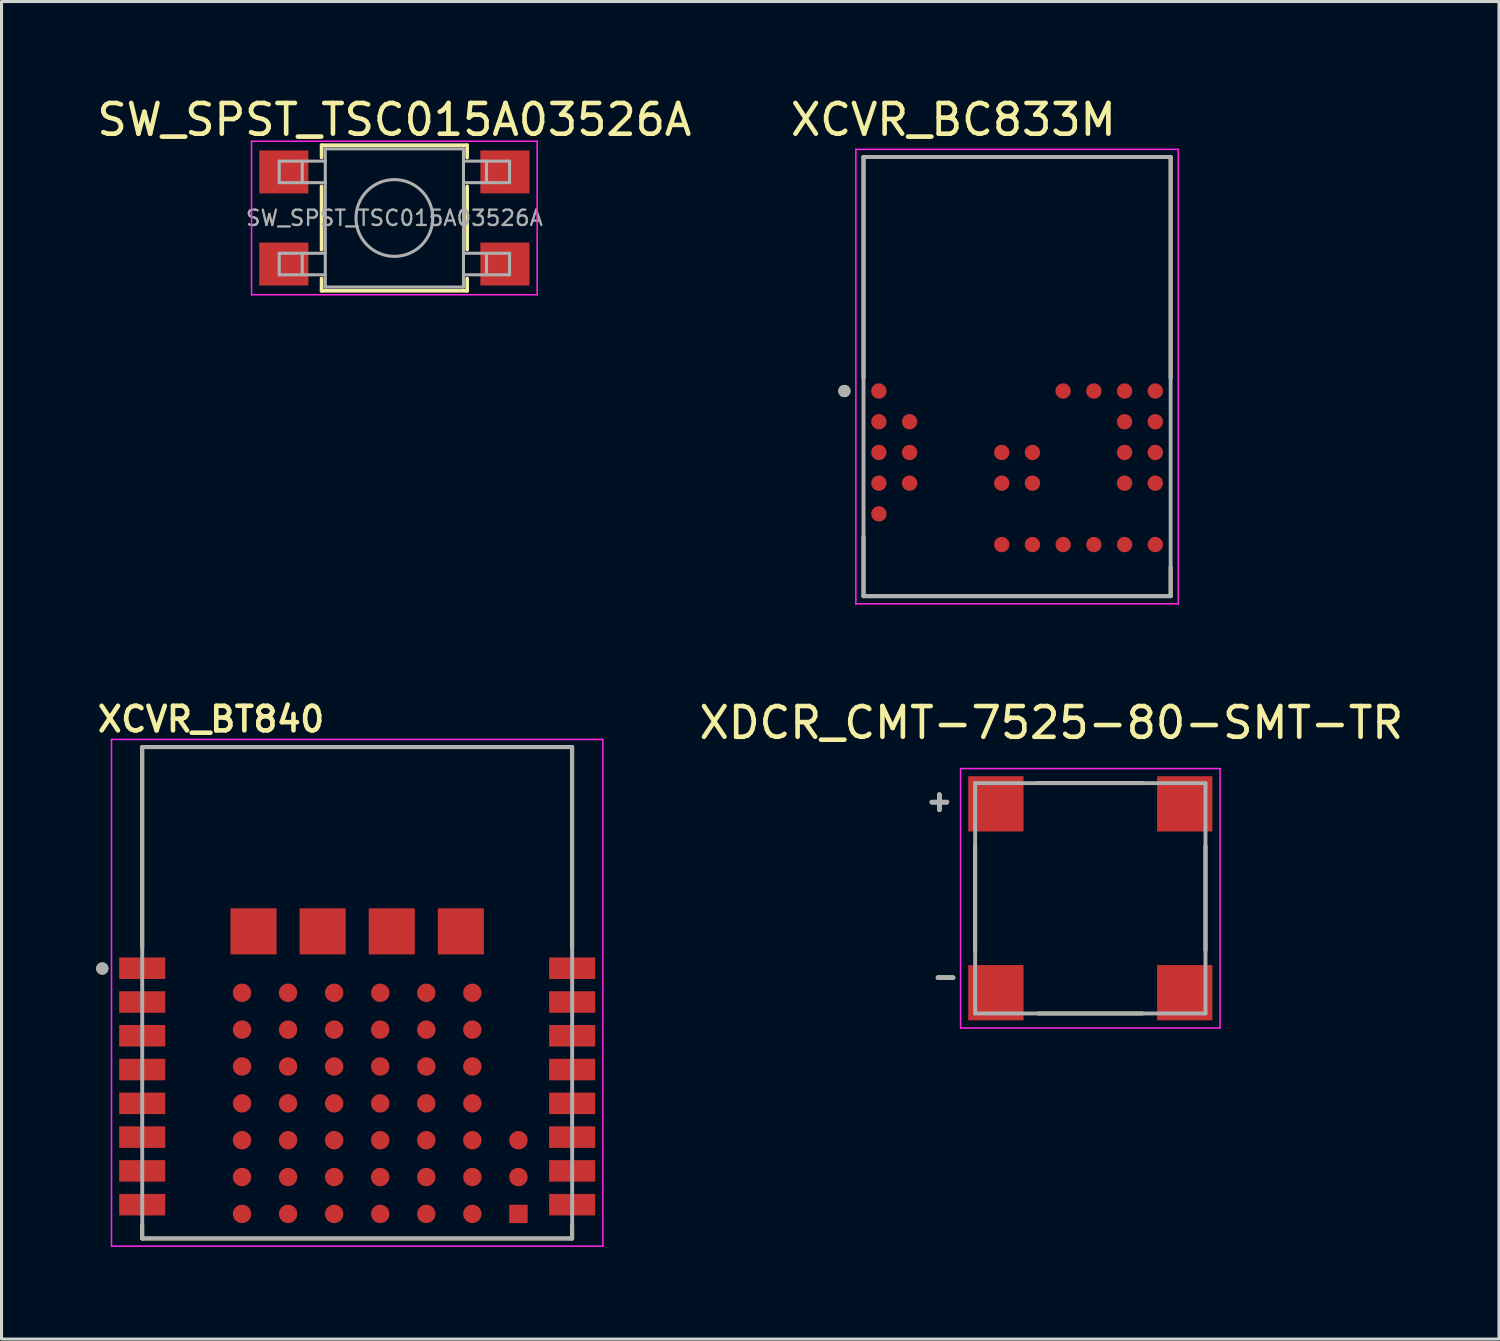
<source format=kicad_pcb>
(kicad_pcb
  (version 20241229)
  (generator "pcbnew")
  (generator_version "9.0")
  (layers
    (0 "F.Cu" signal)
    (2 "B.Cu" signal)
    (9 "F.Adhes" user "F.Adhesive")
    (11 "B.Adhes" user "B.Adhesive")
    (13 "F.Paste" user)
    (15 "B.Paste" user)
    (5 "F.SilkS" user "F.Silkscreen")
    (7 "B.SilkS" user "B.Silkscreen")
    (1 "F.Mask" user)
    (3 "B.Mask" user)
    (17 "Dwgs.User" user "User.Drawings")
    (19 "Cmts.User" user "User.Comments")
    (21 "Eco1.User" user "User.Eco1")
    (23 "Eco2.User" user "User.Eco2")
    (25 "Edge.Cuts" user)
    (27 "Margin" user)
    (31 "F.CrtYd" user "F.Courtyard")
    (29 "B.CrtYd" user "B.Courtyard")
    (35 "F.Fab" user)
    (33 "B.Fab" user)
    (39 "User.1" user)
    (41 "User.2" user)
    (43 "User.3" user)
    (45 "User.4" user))
  (footprint "XCVR_BC833M"
    (layer "F.Cu")
    (at 30.069 14.483)
    (property "Reference" "XCVR_BC833M" (at -2.075 -13.635 0) (layer "F.SilkS") (effects (font (size 1 1) (thickness 0.15))))
    (attr smd)
    (fp_line (start -5 -12.42) (end 5 -12.42) (stroke (width 0.127) (type solid)) (layer "F.SilkS"))
    (fp_line (start -5 -5.224) (end -5 -12.42) (stroke (width 0.127) (type solid)) (layer "F.SilkS"))
    (fp_line (start -5 1.88) (end -5 -0.063) (stroke (width 0.127) (type solid)) (layer "F.SilkS"))
    (fp_line (start -5 1.88) (end 5 1.88) (stroke (width 0.127) (type solid)) (layer "F.SilkS"))
    (fp_line (start 5 -5.224) (end 5 -12.42) (stroke (width 0.127) (type solid)) (layer "F.SilkS"))
    (fp_line (start 5 1.88) (end 5 0.928) (stroke (width 0.127) (type solid)) (layer "F.SilkS"))
    (fp_circle (center -5.623 -4.8) (end -5.523 -4.8) (stroke (width 0.2) (type solid)) (fill no) (layer "F.SilkS"))
    (fp_line (start -5.25 -12.67) (end -5.25 2.13) (stroke (width 0.05) (type solid)) (layer "F.CrtYd"))
    (fp_line (start -5.25 2.13) (end 5.25 2.13) (stroke (width 0.05) (type solid)) (layer "F.CrtYd"))
    (fp_line (start 5.25 -12.67) (end -5.25 -12.67) (stroke (width 0.05) (type solid)) (layer "F.CrtYd"))
    (fp_line (start 5.25 2.13) (end 5.25 -12.67) (stroke (width 0.05) (type solid)) (layer "F.CrtYd"))
    (fp_line (start -5 -12.42) (end 5 -12.42) (stroke (width 0.127) (type solid)) (layer "F.Fab"))
    (fp_line (start -5 1.88) (end -5 -12.42) (stroke (width 0.127) (type solid)) (layer "F.Fab"))
    (fp_line (start -5 1.88) (end 5 1.88) (stroke (width 0.127) (type solid)) (layer "F.Fab"))
    (fp_line (start 5 1.88) (end 5 -12.42) (stroke (width 0.127) (type solid)) (layer "F.Fab"))
    (fp_circle (center -5.623 -4.8) (end -5.523 -4.8) (stroke (width 0.2) (type solid)) (fill no) (layer "F.Fab"))
    (pad "01" smd circle (at -4.5 -4.8) (size 0.5 0.5) (layers "F.Cu" "F.Mask" "F.Paste"))
    (pad "02" smd circle (at -4.5 -3.8) (size 0.5 0.5) (layers "F.Cu" "F.Mask" "F.Paste"))
    (pad "03" smd circle (at -4.5 -2.8) (size 0.5 0.5) (layers "F.Cu" "F.Mask" "F.Paste"))
    (pad "04" smd circle (at -4.5 -1.8) (size 0.5 0.5) (layers "F.Cu" "F.Mask" "F.Paste"))
    (pad "05" smd circle (at -4.5 -0.8) (size 0.5 0.5) (layers "F.Cu" "F.Mask" "F.Paste"))
    (pad "06" smd circle (at -3.5 -3.8) (size 0.5 0.5) (layers "F.Cu" "F.Mask" "F.Paste"))
    (pad "07" smd circle (at -3.5 -2.8) (size 0.5 0.5) (layers "F.Cu" "F.Mask" "F.Paste"))
    (pad "08" smd circle (at -3.5 -1.8) (size 0.5 0.5) (layers "F.Cu" "F.Mask" "F.Paste"))
    (pad "09" smd circle (at -0.5 0.2) (size 0.5 0.5) (layers "F.Cu" "F.Mask" "F.Paste"))
    (pad "10" smd circle (at 0.5 0.2) (size 0.5 0.5) (layers "F.Cu" "F.Mask" "F.Paste"))
    (pad "11" smd circle (at 1.5 0.2) (size 0.5 0.5) (layers "F.Cu" "F.Mask" "F.Paste"))
    (pad "12" smd circle (at 2.5 0.2) (size 0.5 0.5) (layers "F.Cu" "F.Mask" "F.Paste"))
    (pad "13" smd circle (at 3.5 0.2) (size 0.5 0.5) (layers "F.Cu" "F.Mask" "F.Paste"))
    (pad "14" smd circle (at 4.5 0.2) (size 0.5 0.5) (layers "F.Cu" "F.Mask" "F.Paste"))
    (pad "15" smd circle (at 4.5 -1.8) (size 0.5 0.5) (layers "F.Cu" "F.Mask" "F.Paste"))
    (pad "16" smd circle (at 4.5 -2.8) (size 0.5 0.5) (layers "F.Cu" "F.Mask" "F.Paste"))
    (pad "17" smd circle (at 4.5 -3.8) (size 0.5 0.5) (layers "F.Cu" "F.Mask" "F.Paste"))
    (pad "18" smd circle (at 4.5 -4.8) (size 0.5 0.5) (layers "F.Cu" "F.Mask" "F.Paste"))
    (pad "19" smd circle (at 3.5 -1.8) (size 0.5 0.5) (layers "F.Cu" "F.Mask" "F.Paste"))
    (pad "20" smd circle (at 3.5 -2.8) (size 0.5 0.5) (layers "F.Cu" "F.Mask" "F.Paste"))
    (pad "21" smd circle (at 3.5 -3.8) (size 0.5 0.5) (layers "F.Cu" "F.Mask" "F.Paste"))
    (pad "22" smd circle (at 3.5 -4.8) (size 0.5 0.5) (layers "F.Cu" "F.Mask" "F.Paste"))
    (pad "23" smd circle (at 2.5 -4.8) (size 0.5 0.5) (layers "F.Cu" "F.Mask" "F.Paste"))
    (pad "24" smd circle (at 1.5 -4.8) (size 0.5 0.5) (layers "F.Cu" "F.Mask" "F.Paste"))
    (pad "25" smd circle (at 0.5 -2.8) (size 0.5 0.5) (layers "F.Cu" "F.Mask" "F.Paste"))
    (pad "26" smd circle (at 0.5 -1.8) (size 0.5 0.5) (layers "F.Cu" "F.Mask" "F.Paste"))
    (pad "27" smd circle (at -0.5 -2.8) (size 0.5 0.5) (layers "F.Cu" "F.Mask" "F.Paste"))
    (pad "28" smd circle (at -0.5 -1.8) (size 0.5 0.5) (layers "F.Cu" "F.Mask" "F.Paste"))
    (zone (net_name "") (layer "F.Cu") (hatch full 0.508) (connect_pads) (min_thickness 0.01) (filled_areas_thickness no) (keepout (tracks not_allowed) (vias not_allowed) (pads not_allowed) (copperpour not_allowed) (footprints allowed)) (placement (enabled no)) (fill) (polygon (pts (xy 25.069 2.063) (xy 35.069 2.063) (xy 35.069 6.463) (xy 25.069 6.463))))
    (zone (net_name "") (layers "F.Cu" "B.Cu") (hatch full 0.508) (connect_pads) (min_thickness 0.01) (filled_areas_thickness no) (keepout (tracks allowed) (vias not_allowed) (pads allowed) (copperpour allowed) (footprints allowed)) (placement (enabled no)) (fill) (polygon (pts (xy 25.069 2.063) (xy 35.069 2.063) (xy 35.069 6.463) (xy 25.069 6.463))))
    (zone (net_name "") (layer "B.Cu") (hatch full 0.508) (connect_pads) (min_thickness 0.01) (filled_areas_thickness no) (keepout (tracks not_allowed) (vias not_allowed) (pads not_allowed) (copperpour not_allowed) (footprints allowed)) (placement (enabled no)) (fill) (polygon (pts (xy 25.069 2.063) (xy 35.069 2.063) (xy 35.069 6.463) (xy 25.069 6.463)))))
  (footprint "XDCR_CMT-7525-80-SMT-TR"
    (layer "F.Cu")
    (at 32.454 26.201)
    (property "Reference" "XDCR_CMT-7525-80-SMT-TR" (at -1.27 -5.715 0) (layer "F.SilkS") (effects (font (size 1 1) (thickness 0.15))))
    (attr smd)
    (fp_line (start -3.75 -1.7) (end -3.75 1.7) (stroke (width 0.127) (type solid)) (layer "F.SilkS"))
    (fp_line (start -1.7 3.75) (end 1.7 3.75) (stroke (width 0.127) (type solid)) (layer "F.SilkS"))
    (fp_line (start 1.7 -3.75) (end -1.7 -3.75) (stroke (width 0.127) (type solid)) (layer "F.SilkS"))
    (fp_line (start 3.75 1.7) (end 3.75 -1.7) (stroke (width 0.127) (type solid)) (layer "F.SilkS"))
    (fp_line (start -4.225 -4.225) (end 4.225 -4.225) (stroke (width 0.05) (type solid)) (layer "F.CrtYd"))
    (fp_line (start -4.225 4.225) (end -4.225 -4.225) (stroke (width 0.05) (type solid)) (layer "F.CrtYd"))
    (fp_line (start 4.225 -4.225) (end 4.225 4.225) (stroke (width 0.05) (type solid)) (layer "F.CrtYd"))
    (fp_line (start 4.225 4.225) (end -4.225 4.225) (stroke (width 0.05) (type solid)) (layer "F.CrtYd"))
    (fp_line (start -3.75 -3.75) (end -3.75 3.75) (stroke (width 0.127) (type solid)) (layer "F.Fab"))
    (fp_line (start -3.75 3.75) (end 3.75 3.75) (stroke (width 0.127) (type solid)) (layer "F.Fab"))
    (fp_line (start 3.75 -3.75) (end -3.75 -3.75) (stroke (width 0.127) (type solid)) (layer "F.Fab"))
    (fp_line (start 3.75 3.75) (end 3.75 -3.75) (stroke (width 0.127) (type solid)) (layer "F.Fab"))
    (fp_text user "+" (at -4.915 -3.175 0) (layer "F.SilkS") (effects (font (size 0.64 0.64) (thickness 0.15))))
    (fp_text user "-" (at -4.715 2.54 0) (layer "F.SilkS") (effects (font (size 0.64 0.64) (thickness 0.15))))
    (fp_text user "-" (at -4.715 2.54 0) (layer "F.Fab") (effects (font (size 0.64 0.64) (thickness 0.15))))
    (fp_text user "+" (at -4.915 -3.175 0) (layer "F.Fab") (effects (font (size 0.64 0.64) (thickness 0.15))))
    (pad "" smd rect (at 3.075 -3.075) (size 1.8 1.8) (layers "F.Cu" "F.Mask" "F.Paste"))
    (pad "" smd rect (at 3.075 3.075) (size 1.8 1.8) (layers "F.Cu" "F.Mask" "F.Paste"))
    (pad "1" smd rect (at -3.075 -3.075) (size 1.8 1.8) (layers "F.Cu" "F.Mask" "F.Paste"))
    (pad "2" smd rect (at -3.075 3.075) (size 1.8 1.8) (layers "F.Cu" "F.Mask" "F.Paste")))
  (footprint "XCVR_BT840"
    (layer "F.Cu")
    (at 8.581 29.278)
    (property "Reference" "XCVR_BT840" (at -4.76 -8.908 0) (layer "F.SilkS") (effects (font (size 0.8 0.8) (thickness 0.15))))
    (attr smd)
    (fp_line (start -7 -8) (end 7 -8) (stroke (width 0.127) (type solid)) (layer "F.SilkS"))
    (fp_line (start -7 -1.47) (end -7 -8) (stroke (width 0.127) (type solid)) (layer "F.SilkS"))
    (fp_line (start -7 8) (end -7 7.57) (stroke (width 0.127) (type solid)) (layer "F.SilkS"))
    (fp_line (start 7 -8) (end 7 -1.47) (stroke (width 0.127) (type solid)) (layer "F.SilkS"))
    (fp_line (start 7 8) (end -7 8) (stroke (width 0.127) (type solid)) (layer "F.SilkS"))
    (fp_line (start 7 8) (end 7 7.57) (stroke (width 0.127) (type solid)) (layer "F.SilkS"))
    (fp_circle (center -8.3 -0.79) (end -8.2 -0.79) (stroke (width 0.2) (type solid)) (fill no) (layer "F.SilkS"))
    (fp_line (start -8 -8.25) (end -8 8.25) (stroke (width 0.05) (type solid)) (layer "F.CrtYd"))
    (fp_line (start -8 8.25) (end 8 8.25) (stroke (width 0.05) (type solid)) (layer "F.CrtYd"))
    (fp_line (start 8 -8.25) (end -8 -8.25) (stroke (width 0.05) (type solid)) (layer "F.CrtYd"))
    (fp_line (start 8 8.25) (end 8 -8.25) (stroke (width 0.05) (type solid)) (layer "F.CrtYd"))
    (fp_line (start -7 -8) (end 7 -8) (stroke (width 0.127) (type solid)) (layer "F.Fab"))
    (fp_line (start -7 8) (end -7 -8) (stroke (width 0.127) (type solid)) (layer "F.Fab"))
    (fp_line (start 7 -8) (end 7 8) (stroke (width 0.127) (type solid)) (layer "F.Fab"))
    (fp_line (start 7 8) (end -7 8) (stroke (width 0.127) (type solid)) (layer "F.Fab"))
    (fp_circle (center -8.3 -0.79) (end -8.2 -0.79) (stroke (width 0.2) (type solid)) (fill no) (layer "F.Fab"))
    (pad "1" smd rect (at -7 -0.8) (size 1.5 0.7) (layers "F.Cu" "F.Mask" "F.Paste"))
    (pad "2" smd rect (at -7 0.3) (size 1.5 0.7) (layers "F.Cu" "F.Mask" "F.Paste"))
    (pad "3" smd rect (at -7 1.4) (size 1.5 0.7) (layers "F.Cu" "F.Mask" "F.Paste"))
    (pad "4" smd rect (at -7 2.5) (size 1.5 0.7) (layers "F.Cu" "F.Mask" "F.Paste"))
    (pad "5" smd rect (at -7 3.6) (size 1.5 0.7) (layers "F.Cu" "F.Mask" "F.Paste"))
    (pad "6" smd rect (at -7 4.7) (size 1.5 0.7) (layers "F.Cu" "F.Mask" "F.Paste"))
    (pad "7" smd rect (at -7 5.8) (size 1.5 0.7) (layers "F.Cu" "F.Mask" "F.Paste"))
    (pad "8" smd rect (at -7 6.9) (size 1.5 0.7) (layers "F.Cu" "F.Mask" "F.Paste"))
    (pad "9" smd rect (at 7 6.9) (size 1.5 0.7) (layers "F.Cu" "F.Mask" "F.Paste"))
    (pad "10" smd rect (at 7 5.8) (size 1.5 0.7) (layers "F.Cu" "F.Mask" "F.Paste"))
    (pad "11" smd rect (at 7 4.7) (size 1.5 0.7) (layers "F.Cu" "F.Mask" "F.Paste"))
    (pad "12" smd rect (at 7 3.6) (size 1.5 0.7) (layers "F.Cu" "F.Mask" "F.Paste"))
    (pad "13" smd rect (at 7 2.5) (size 1.5 0.7) (layers "F.Cu" "F.Mask" "F.Paste"))
    (pad "14" smd rect (at 7 1.4) (size 1.5 0.7) (layers "F.Cu" "F.Mask" "F.Paste"))
    (pad "15" smd rect (at 7 0.3) (size 1.5 0.7) (layers "F.Cu" "F.Mask" "F.Paste"))
    (pad "16" smd rect (at 7 -0.8) (size 1.5 0.7) (layers "F.Cu" "F.Mask" "F.Paste"))
    (pad "A0" smd circle (at -2.25 0) (size 0.6 0.6) (layers "F.Cu" "F.Mask" "F.Paste"))
    (pad "A1" smd circle (at -2.25 1.2) (size 0.6 0.6) (layers "F.Cu" "F.Mask" "F.Paste"))
    (pad "A2" smd circle (at -2.25 2.4) (size 0.6 0.6) (layers "F.Cu" "F.Mask" "F.Paste"))
    (pad "A3" smd circle (at -2.25 3.6) (size 0.6 0.6) (layers "F.Cu" "F.Mask" "F.Paste"))
    (pad "A4" smd circle (at -2.25 4.8) (size 0.6 0.6) (layers "F.Cu" "F.Mask" "F.Paste"))
    (pad "A5" smd circle (at -2.25 6) (size 0.6 0.6) (layers "F.Cu" "F.Mask" "F.Paste"))
    (pad "A6" smd circle (at -2.25 7.2) (size 0.6 0.6) (layers "F.Cu" "F.Mask" "F.Paste"))
    (pad "B0" smd circle (at -0.75 0) (size 0.6 0.6) (layers "F.Cu" "F.Mask" "F.Paste"))
    (pad "B1" smd circle (at -0.75 1.2) (size 0.6 0.6) (layers "F.Cu" "F.Mask" "F.Paste"))
    (pad "B2" smd circle (at -0.75 2.4) (size 0.6 0.6) (layers "F.Cu" "F.Mask" "F.Paste"))
    (pad "B3" smd circle (at -0.75 3.6) (size 0.6 0.6) (layers "F.Cu" "F.Mask" "F.Paste"))
    (pad "B4" smd circle (at -0.75 4.8) (size 0.6 0.6) (layers "F.Cu" "F.Mask" "F.Paste"))
    (pad "B5" smd circle (at -0.75 6) (size 0.6 0.6) (layers "F.Cu" "F.Mask" "F.Paste"))
    (pad "B6" smd circle (at -0.75 7.2) (size 0.6 0.6) (layers "F.Cu" "F.Mask" "F.Paste"))
    (pad "C0" smd circle (at 0.75 0) (size 0.6 0.6) (layers "F.Cu" "F.Mask" "F.Paste"))
    (pad "C1" smd circle (at 0.75 1.2) (size 0.6 0.6) (layers "F.Cu" "F.Mask" "F.Paste"))
    (pad "C2" smd circle (at 0.75 2.4) (size 0.6 0.6) (layers "F.Cu" "F.Mask" "F.Paste"))
    (pad "C3" smd circle (at 0.75 3.6) (size 0.6 0.6) (layers "F.Cu" "F.Mask" "F.Paste"))
    (pad "C4" smd circle (at 0.75 4.8) (size 0.6 0.6) (layers "F.Cu" "F.Mask" "F.Paste"))
    (pad "C5" smd circle (at 0.75 6) (size 0.6 0.6) (layers "F.Cu" "F.Mask" "F.Paste"))
    (pad "C6" smd circle (at 0.75 7.2) (size 0.6 0.6) (layers "F.Cu" "F.Mask" "F.Paste"))
    (pad "D0" smd circle (at 2.25 0) (size 0.6 0.6) (layers "F.Cu" "F.Mask" "F.Paste"))
    (pad "D1" smd circle (at 2.25 1.2) (size 0.6 0.6) (layers "F.Cu" "F.Mask" "F.Paste"))
    (pad "D2" smd circle (at 2.25 2.4) (size 0.6 0.6) (layers "F.Cu" "F.Mask" "F.Paste"))
    (pad "D3" smd circle (at 2.25 3.6) (size 0.6 0.6) (layers "F.Cu" "F.Mask" "F.Paste"))
    (pad "D4" smd circle (at 2.25 4.8) (size 0.6 0.6) (layers "F.Cu" "F.Mask" "F.Paste"))
    (pad "D5" smd circle (at 2.25 6) (size 0.6 0.6) (layers "F.Cu" "F.Mask" "F.Paste"))
    (pad "D6" smd circle (at 2.25 7.2) (size 0.6 0.6) (layers "F.Cu" "F.Mask" "F.Paste"))
    (pad "E0" smd circle (at 3.75 0) (size 0.6 0.6) (layers "F.Cu" "F.Mask" "F.Paste"))
    (pad "E1" smd circle (at 3.75 1.2) (size 0.6 0.6) (layers "F.Cu" "F.Mask" "F.Paste"))
    (pad "E2" smd circle (at 3.75 2.4) (size 0.6 0.6) (layers "F.Cu" "F.Mask" "F.Paste"))
    (pad "E3" smd circle (at 3.75 3.6) (size 0.6 0.6) (layers "F.Cu" "F.Mask" "F.Paste"))
    (pad "E4" smd circle (at 3.75 4.8) (size 0.6 0.6) (layers "F.Cu" "F.Mask" "F.Paste"))
    (pad "E5" smd circle (at 3.75 6) (size 0.6 0.6) (layers "F.Cu" "F.Mask" "F.Paste"))
    (pad "E6" smd circle (at 3.75 7.2) (size 0.6 0.6) (layers "F.Cu" "F.Mask" "F.Paste"))
    (pad "F0" smd rect (at -3.375 -2) (size 1.5 1.5) (layers "F.Cu" "F.Mask" "F.Paste"))
    (pad "F1" smd rect (at -1.125 -2) (size 1.5 1.5) (layers "F.Cu" "F.Mask" "F.Paste"))
    (pad "F2" smd rect (at 1.125 -2) (size 1.5 1.5) (layers "F.Cu" "F.Mask" "F.Paste"))
    (pad "F3" smd rect (at 3.375 -2) (size 1.5 1.5) (layers "F.Cu" "F.Mask" "F.Paste"))
    (pad "F4" smd circle (at 5.25 4.8) (size 0.6 0.6) (layers "F.Cu" "F.Mask" "F.Paste"))
    (pad "F5" smd circle (at 5.25 6) (size 0.6 0.6) (layers "F.Cu" "F.Mask" "F.Paste"))
    (pad "F6" smd rect (at 5.25 7.2) (size 0.6 0.6) (layers "F.Cu" "F.Mask" "F.Paste"))
    (pad "Z0" smd circle (at -3.75 0) (size 0.6 0.6) (layers "F.Cu" "F.Mask" "F.Paste"))
    (pad "Z1" smd circle (at -3.75 1.2) (size 0.6 0.6) (layers "F.Cu" "F.Mask" "F.Paste"))
    (pad "Z2" smd circle (at -3.75 2.4) (size 0.6 0.6) (layers "F.Cu" "F.Mask" "F.Paste"))
    (pad "Z3" smd circle (at -3.75 3.6) (size 0.6 0.6) (layers "F.Cu" "F.Mask" "F.Paste"))
    (pad "Z4" smd circle (at -3.75 4.8) (size 0.6 0.6) (layers "F.Cu" "F.Mask" "F.Paste"))
    (pad "Z5" smd circle (at -3.75 6) (size 0.6 0.6) (layers "F.Cu" "F.Mask" "F.Paste"))
    (pad "Z6" smd circle (at -3.75 7.2) (size 0.6 0.6) (layers "F.Cu" "F.Mask" "F.Paste"))
    (zone (net_name "") (layer "F.Cu") (hatch full 0.508) (connect_pads) (min_thickness 0.01) (filled_areas_thickness no) (keepout (tracks not_allowed) (vias not_allowed) (pads not_allowed) (copperpour not_allowed) (footprints allowed)) (placement (enabled no)) (fill) (polygon (pts (xy 1.581 21.278) (xy 15.581 21.278) (xy 15.581 26.278) (xy 1.581 26.278))))
    (zone (net_name "") (layers "F.Cu" "B.Cu") (hatch full 0.508) (connect_pads) (min_thickness 0.01) (filled_areas_thickness no) (keepout (tracks allowed) (vias not_allowed) (pads allowed) (copperpour allowed) (footprints allowed)) (placement (enabled no)) (fill) (polygon (pts (xy 1.581 21.278) (xy 15.581 21.278) (xy 15.581 26.278) (xy 1.581 26.278)))))
  (footprint "SW_SPST_TSC015A03526A"
    (layer "F.Cu")
    (at 9.792 4.048)
    (property "Reference" "SW_SPST_TSC015A03526A" (at 0 -3.2 0) (layer "F.SilkS") (effects (font (size 1 1) (thickness 0.15))))
    (attr smd)
    (fp_line (start -2.37 -2.37) (end -2.37 -1.97) (stroke (width 0.12) (type solid)) (layer "F.SilkS"))
    (fp_line (start -2.37 -2.37) (end 2.37 -2.37) (stroke (width 0.12) (type solid)) (layer "F.SilkS"))
    (fp_line (start -2.37 1.03) (end -2.37 -1.03) (stroke (width 0.12) (type solid)) (layer "F.SilkS"))
    (fp_line (start -2.37 2.37) (end -2.37 1.97) (stroke (width 0.12) (type solid)) (layer "F.SilkS"))
    (fp_line (start -2.37 2.37) (end 2.37 2.37) (stroke (width 0.12) (type solid)) (layer "F.SilkS"))
    (fp_line (start 2.37 -2.37) (end 2.37 -1.97) (stroke (width 0.12) (type solid)) (layer "F.SilkS"))
    (fp_line (start 2.37 1.03) (end 2.37 -1.03) (stroke (width 0.12) (type solid)) (layer "F.SilkS"))
    (fp_line (start 2.37 2.37) (end 2.37 1.97) (stroke (width 0.12) (type solid)) (layer "F.SilkS"))
    (fp_line (start -4.65 -2.5) (end 4.65 -2.5) (stroke (width 0.05) (type solid)) (layer "F.CrtYd"))
    (fp_line (start -4.65 2.5) (end -4.65 -2.5) (stroke (width 0.05) (type solid)) (layer "F.CrtYd"))
    (fp_line (start 4.65 -2.5) (end 4.65 2.5) (stroke (width 0.05) (type solid)) (layer "F.CrtYd"))
    (fp_line (start 4.65 2.5) (end -4.65 2.5) (stroke (width 0.05) (type solid)) (layer "F.CrtYd"))
    (fp_line (start -3.75 -1.85) (end -3.75 -1.15) (stroke (width 0.1) (type solid)) (layer "F.Fab"))
    (fp_line (start -3.75 -1.15) (end -2.25 -1.15) (stroke (width 0.1) (type solid)) (layer "F.Fab"))
    (fp_line (start -3.75 1.15) (end -3.75 1.85) (stroke (width 0.1) (type solid)) (layer "F.Fab"))
    (fp_line (start -3.75 1.85) (end -2.25 1.85) (stroke (width 0.1) (type solid)) (layer "F.Fab"))
    (fp_line (start -3 -1.85) (end -3 -1.15) (stroke (width 0.1) (type solid)) (layer "F.Fab"))
    (fp_line (start -3 1.15) (end -3 1.85) (stroke (width 0.1) (type solid)) (layer "F.Fab"))
    (fp_line (start -2.25 -2.25) (end 2.25 -2.25) (stroke (width 0.1) (type solid)) (layer "F.Fab"))
    (fp_line (start -2.25 -1.85) (end -3.75 -1.85) (stroke (width 0.1) (type solid)) (layer "F.Fab"))
    (fp_line (start -2.25 1.15) (end -3.75 1.15) (stroke (width 0.1) (type solid)) (layer "F.Fab"))
    (fp_line (start -2.25 2.25) (end -2.25 -2.25) (stroke (width 0.1) (type solid)) (layer "F.Fab"))
    (fp_line (start 2.25 -2.25) (end 2.25 2.25) (stroke (width 0.1) (type solid)) (layer "F.Fab"))
    (fp_line (start 2.25 -1.15) (end 3.75 -1.15) (stroke (width 0.1) (type solid)) (layer "F.Fab"))
    (fp_line (start 2.25 1.15) (end 3.75 1.15) (stroke (width 0.1) (type solid)) (layer "F.Fab"))
    (fp_line (start 2.25 2.25) (end -2.25 2.25) (stroke (width 0.1) (type solid)) (layer "F.Fab"))
    (fp_line (start 3 -1.85) (end 3 -1.15) (stroke (width 0.1) (type solid)) (layer "F.Fab"))
    (fp_line (start 3 1.15) (end 3 1.85) (stroke (width 0.1) (type solid)) (layer "F.Fab"))
    (fp_line (start 3.75 -1.85) (end 2.25 -1.85) (stroke (width 0.1) (type solid)) (layer "F.Fab"))
    (fp_line (start 3.75 -1.15) (end 3.75 -1.85) (stroke (width 0.1) (type solid)) (layer "F.Fab"))
    (fp_line (start 3.75 1.15) (end 3.75 1.85) (stroke (width 0.1) (type solid)) (layer "F.Fab"))
    (fp_line (start 3.75 1.85) (end 2.25 1.85) (stroke (width 0.1) (type solid)) (layer "F.Fab"))
    (fp_circle (center 0 0) (end 1.25 0) (stroke (width 0.1) (type solid)) (fill no) (layer "F.Fab"))
    (fp_text user "${REFERENCE}" (at 0 0 0) (layer "F.Fab") (effects (font (size 0.5 0.5) (thickness 0.075))))
    (pad "1" smd rect (at -3.6 -1.5) (size 1.6 1.4) (layers "F.Cu" "F.Mask" "F.Paste"))
    (pad "1" smd rect (at 3.6 -1.5) (size 1.6 1.4) (layers "F.Cu" "F.Mask" "F.Paste"))
    (pad "2" smd rect (at -3.6 1.5) (size 1.6 1.4) (layers "F.Cu" "F.Mask" "F.Paste"))
    (pad "2" smd rect (at 3.6 1.5) (size 1.6 1.4) (layers "F.Cu" "F.Mask" "F.Paste")))
  (gr_rect
    (start -3 -3)
    (end 45.761 40.553)
    (stroke (width 0.1) (type default))
    (fill no)
    (layer "Edge.Cuts")))
</source>
